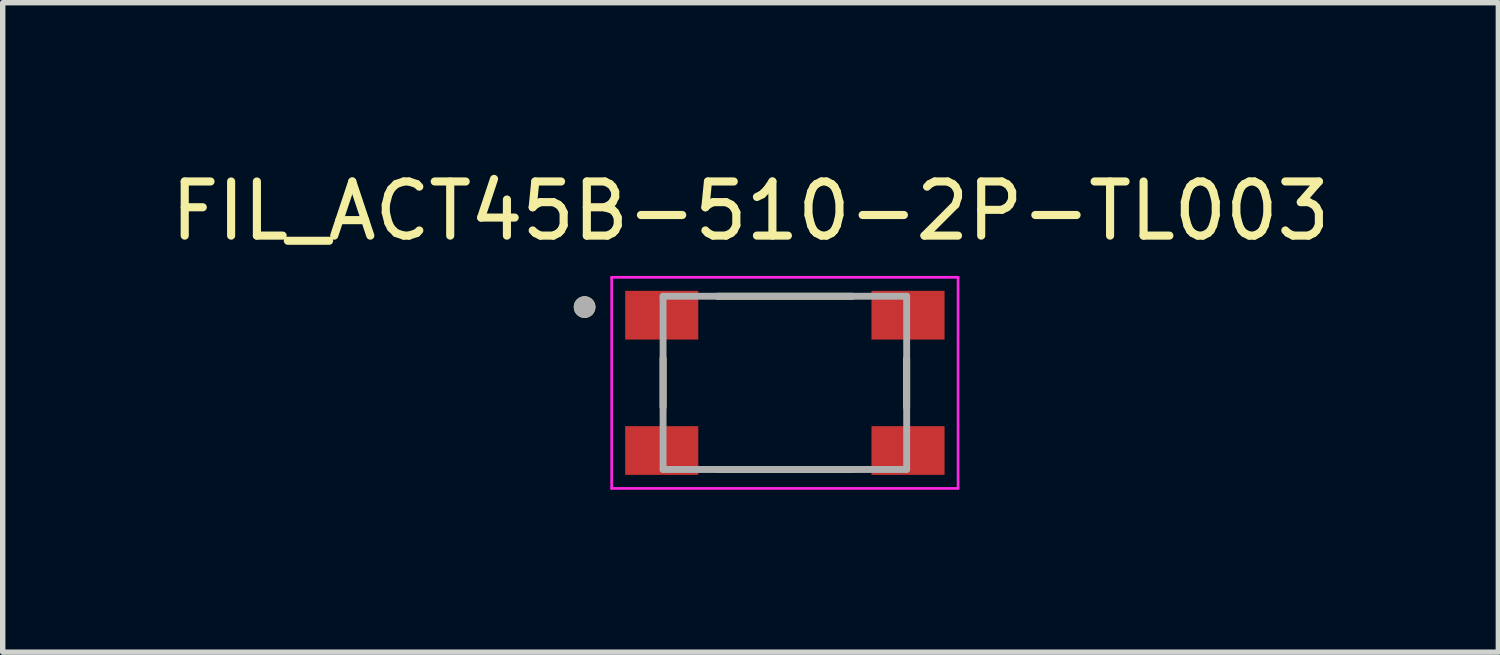
<source format=kicad_pcb>
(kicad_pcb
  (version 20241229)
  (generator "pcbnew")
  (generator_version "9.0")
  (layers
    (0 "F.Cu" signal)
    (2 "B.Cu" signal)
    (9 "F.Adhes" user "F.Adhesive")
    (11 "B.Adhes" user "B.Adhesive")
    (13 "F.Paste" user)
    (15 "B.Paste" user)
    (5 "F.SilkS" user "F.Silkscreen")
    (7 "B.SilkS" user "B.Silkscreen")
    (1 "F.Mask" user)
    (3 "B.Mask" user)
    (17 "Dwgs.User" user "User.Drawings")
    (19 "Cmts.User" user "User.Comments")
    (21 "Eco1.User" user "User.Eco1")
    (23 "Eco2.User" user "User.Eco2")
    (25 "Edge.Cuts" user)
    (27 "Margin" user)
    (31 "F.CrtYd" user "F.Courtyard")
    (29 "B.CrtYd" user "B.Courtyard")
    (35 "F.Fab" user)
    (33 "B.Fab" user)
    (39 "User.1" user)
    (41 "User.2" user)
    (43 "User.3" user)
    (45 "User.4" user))
  (footprint "FIL_ACT45B-510-2P-TL003"
    (layer "F.Cu")
    (at 11.45 4.023)
    (property "Reference" "FIL_ACT45B-510-2P-TL003" (at -0.635 -3.175 0) (layer "F.SilkS") (effects (font (size 1 1) (thickness 0.15))))
    (attr smd)
    (fp_line (start -2.25 -0.45) (end -2.25 0.45) (stroke (width 0.127) (type solid)) (layer "F.SilkS"))
    (fp_line (start -1.25 -1.6) (end 1.25 -1.6) (stroke (width 0.127) (type solid)) (layer "F.SilkS"))
    (fp_line (start -1.25 1.6) (end 1.25 1.6) (stroke (width 0.127) (type solid)) (layer "F.SilkS"))
    (fp_line (start 2.25 -0.45) (end 2.25 0.45) (stroke (width 0.127) (type solid)) (layer "F.SilkS"))
    (fp_circle (center -3.7 -1.4) (end -3.6 -1.4) (stroke (width 0.2) (type solid)) (fill no) (layer "F.SilkS"))
    (fp_line (start -3.2 -1.95) (end 3.2 -1.95) (stroke (width 0.05) (type solid)) (layer "F.CrtYd"))
    (fp_line (start -3.2 1.95) (end -3.2 -1.95) (stroke (width 0.05) (type solid)) (layer "F.CrtYd"))
    (fp_line (start 3.2 -1.95) (end 3.2 1.95) (stroke (width 0.05) (type solid)) (layer "F.CrtYd"))
    (fp_line (start 3.2 1.95) (end -3.2 1.95) (stroke (width 0.05) (type solid)) (layer "F.CrtYd"))
    (fp_line (start -2.25 -1.6) (end 2.25 -1.6) (stroke (width 0.127) (type solid)) (layer "F.Fab"))
    (fp_line (start -2.25 1.6) (end -2.25 -1.6) (stroke (width 0.127) (type solid)) (layer "F.Fab"))
    (fp_line (start 2.25 -1.6) (end 2.25 1.6) (stroke (width 0.127) (type solid)) (layer "F.Fab"))
    (fp_line (start 2.25 1.6) (end -2.25 1.6) (stroke (width 0.127) (type solid)) (layer "F.Fab"))
    (fp_circle (center -3.7 -1.4) (end -3.6 -1.4) (stroke (width 0.2) (type solid)) (fill no) (layer "F.Fab"))
    (pad "1" smd rect (at -2.275 -1.25) (size 1.35 0.9) (layers "F.Cu" "F.Mask" "F.Paste"))
    (pad "2" smd rect (at -2.275 1.25) (size 1.35 0.9) (layers "F.Cu" "F.Mask" "F.Paste"))
    (pad "3" smd rect (at 2.275 1.25) (size 1.35 0.9) (layers "F.Cu" "F.Mask" "F.Paste"))
    (pad "4" smd rect (at 2.275 -1.25) (size 1.35 0.9) (layers "F.Cu" "F.Mask" "F.Paste")))
  (gr_rect
    (start -3 -3)
    (end 24.631 8.998)
    (stroke (width 0.1) (type default))
    (fill no)
    (layer "Edge.Cuts")))
</source>
